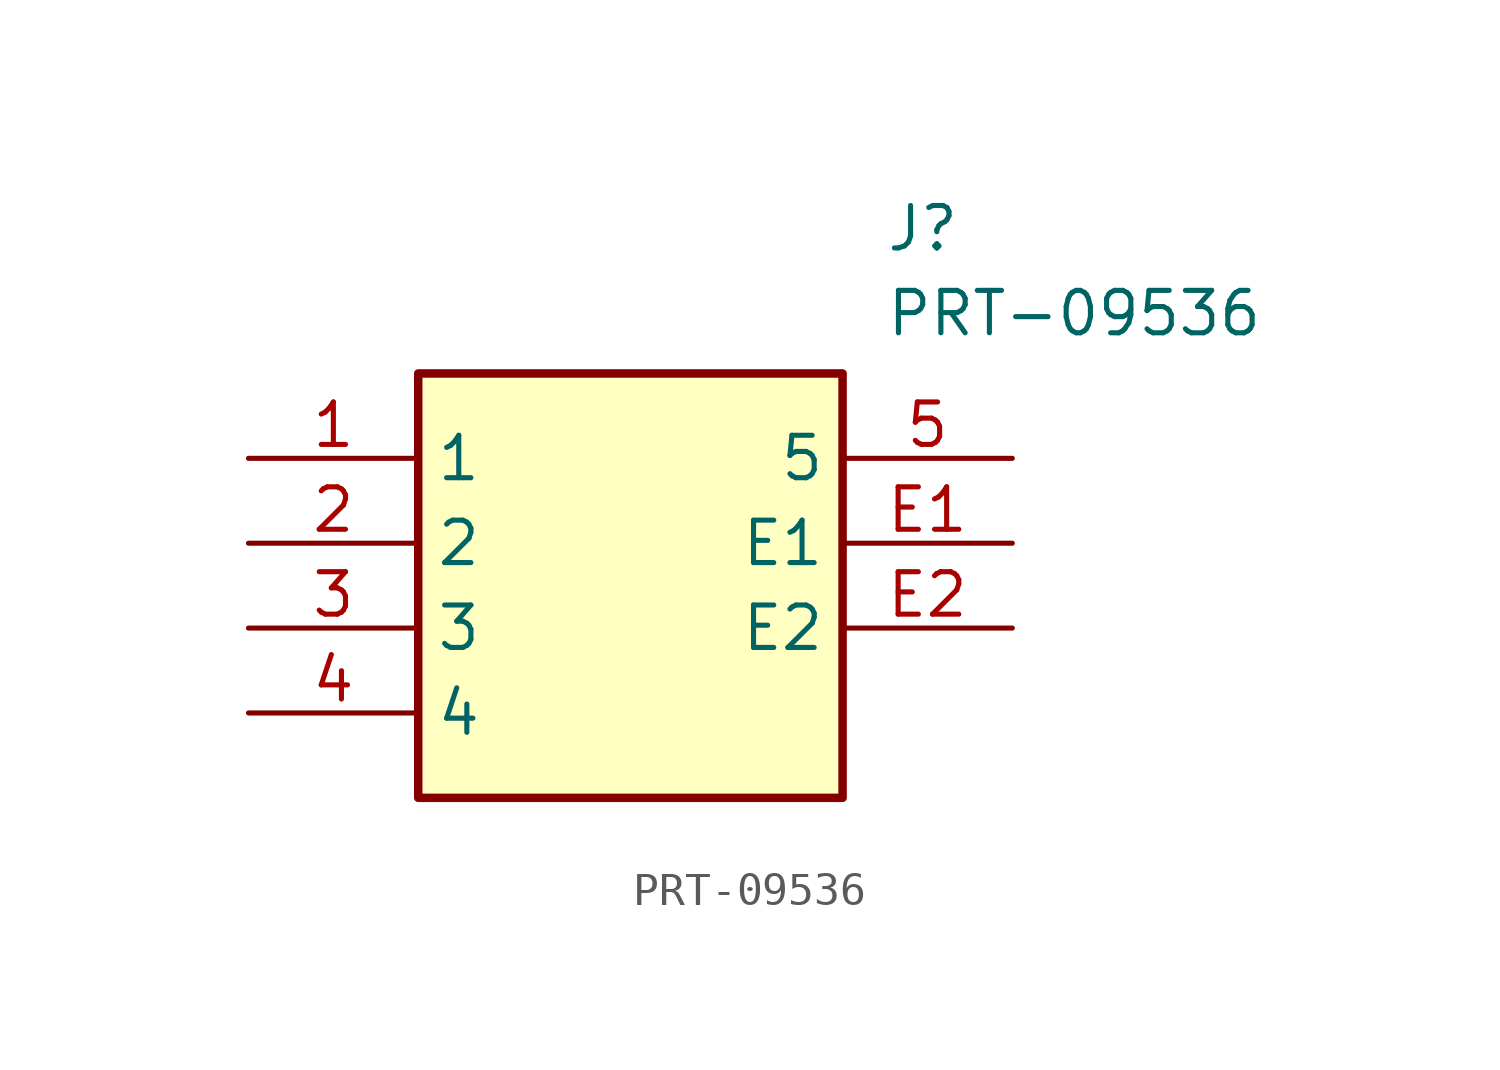
<source format=kicad_sym>
(kicad_symbol_lib
  (version 20211014)
  (generator SamacSys_ECAD_Model)
  (symbol "PRT-09536"
    (property "Reference" "J"
      (at 19.05 7.62 0)
      (effects (font (size 1.27 1.27)) (justify left top)))
    (property "Value" "PRT-09536"
      (at 19.05 5.08 0)
      (effects (font (size 1.27 1.27)) (justify left top)))
    (rectangle
      (start 5.08 2.54)
      (end 17.78 -10.16)
      (stroke (width 0.254) (type default))
      (fill (type background)))
    (pin passive line
      (at 0 0 0)
      (length 5.08)
      (name "1" (effects (font (size 1.27 1.27))))
      (number "1" (effects (font (size 1.27 1.27)))))
    (pin passive line
      (at 0 -2.54 0)
      (length 5.08)
      (name "2" (effects (font (size 1.27 1.27))))
      (number "2" (effects (font (size 1.27 1.27)))))
    (pin passive line
      (at 0 -5.08 0)
      (length 5.08)
      (name "3" (effects (font (size 1.27 1.27))))
      (number "3" (effects (font (size 1.27 1.27)))))
    (pin passive line
      (at 0 -7.62 0)
      (length 5.08)
      (name "4" (effects (font (size 1.27 1.27))))
      (number "4" (effects (font (size 1.27 1.27)))))
    (pin passive line
      (at 22.86 0 180)
      (length 5.08)
      (name "5" (effects (font (size 1.27 1.27))))
      (number "5" (effects (font (size 1.27 1.27)))))
    (pin passive line
      (at 22.86 -2.54 180)
      (length 5.08)
      (name "E1" (effects (font (size 1.27 1.27))))
      (number "E1" (effects (font (size 1.27 1.27)))))
    (pin passive line
      (at 22.86 -5.08 180)
      (length 5.08)
      (name "E2" (effects (font (size 1.27 1.27))))
      (number "E2" (effects (font (size 1.27 1.27)))))))
</source>
